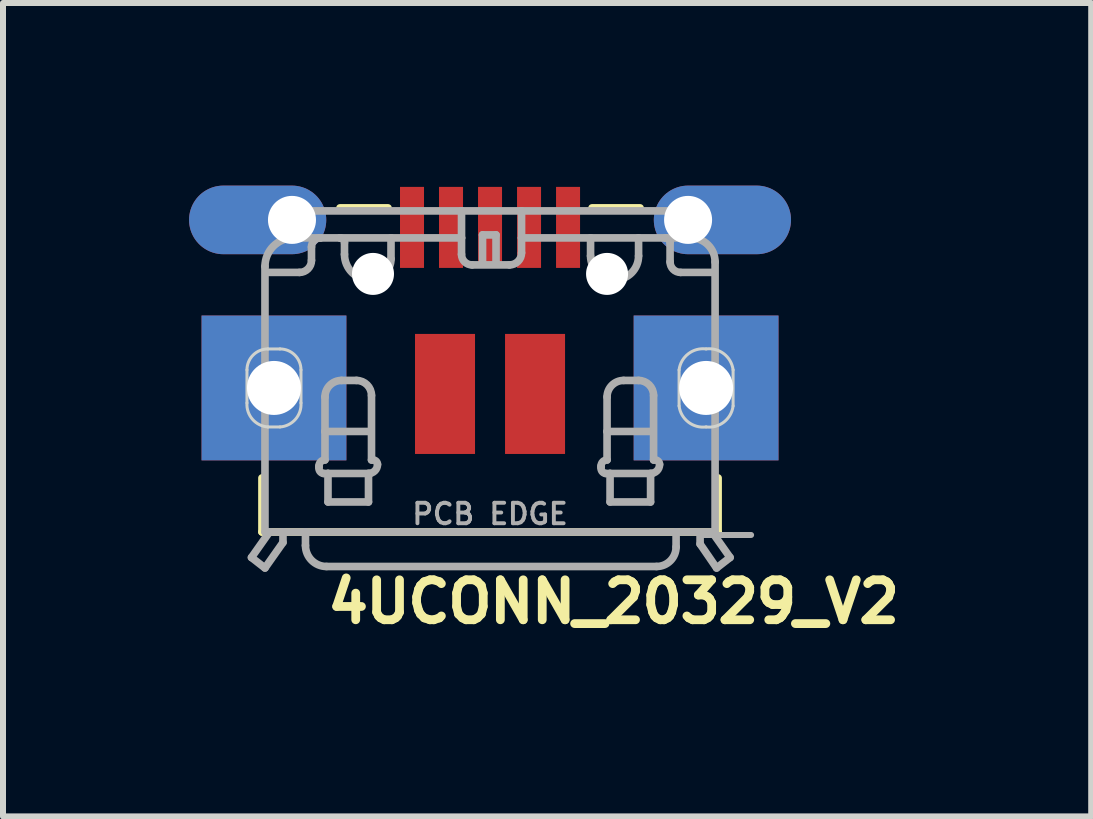
<source format=kicad_pcb>
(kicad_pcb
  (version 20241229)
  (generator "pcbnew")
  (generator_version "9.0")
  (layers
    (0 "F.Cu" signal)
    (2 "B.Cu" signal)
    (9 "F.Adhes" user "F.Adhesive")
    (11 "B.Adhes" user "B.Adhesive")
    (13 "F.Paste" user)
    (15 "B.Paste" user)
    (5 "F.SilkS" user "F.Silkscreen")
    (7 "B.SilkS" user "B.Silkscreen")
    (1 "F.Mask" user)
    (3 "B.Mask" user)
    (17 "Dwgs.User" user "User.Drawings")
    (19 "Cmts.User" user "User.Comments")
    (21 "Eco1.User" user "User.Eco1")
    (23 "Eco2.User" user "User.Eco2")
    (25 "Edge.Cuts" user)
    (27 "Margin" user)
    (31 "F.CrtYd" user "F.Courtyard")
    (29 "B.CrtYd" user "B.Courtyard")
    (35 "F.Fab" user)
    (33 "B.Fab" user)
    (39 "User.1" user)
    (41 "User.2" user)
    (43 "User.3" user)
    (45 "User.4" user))
  (footprint "4UCONN_20329_V2"
    (layer "F.Cu")
    (at 5.115 1.514)
    (property "Reference" "4UCONN_20329_V2" (at -2.778 5.852 0) (layer "F.SilkS") (effects (font (size 0.666 0.666) (thickness 0.146)) (justify left bottom)))
    (attr through_hole)
    (fp_poly (pts (xy -1.55 -0.05) (xy -1.05 -0.05) (xy -1.05 -1.5) (xy -1.55 -1.5)) (stroke (width 0) (type default)) (fill yes) (layer "F.Mask"))
    (fp_poly (pts (xy -0.9 -0.05) (xy -0.4 -0.05) (xy -0.4 -1.5) (xy -0.9 -1.5)) (stroke (width 0) (type default)) (fill yes) (layer "F.Mask"))
    (fp_poly (pts (xy -0.25 -0.05) (xy 0.25 -0.05) (xy 0.25 -1.5) (xy -0.25 -1.5)) (stroke (width 0) (type default)) (fill yes) (layer "F.Mask"))
    (fp_poly (pts (xy 0.4 -0.05) (xy 0.9 -0.05) (xy 0.9 -1.5) (xy 0.4 -1.5)) (stroke (width 0) (type default)) (fill yes) (layer "F.Mask"))
    (fp_poly (pts (xy 1.05 -0.05) (xy 1.55 -0.05) (xy 1.55 -1.5) (xy 1.05 -1.5)) (stroke (width 0) (type default)) (fill yes) (layer "F.Mask"))
    (fp_line (start -3.8 3.4) (end -3.8 4.3) (stroke (width 0.127) (type solid)) (layer "F.SilkS"))
    (fp_line (start -3.8 4.3) (end 3.8 4.3) (stroke (width 0.127) (type solid)) (layer "F.SilkS"))
    (fp_line (start -2.5 -1.1) (end -1.7 -1.1) (stroke (width 0.127) (type solid)) (layer "F.SilkS"))
    (fp_line (start 1.7 -1.1) (end 2.5 -1.1) (stroke (width 0.127) (type solid)) (layer "F.SilkS"))
    (fp_line (start 3.8 4.3) (end 3.8 3.4) (stroke (width 0.127) (type solid)) (layer "F.SilkS"))
    (fp_poly (pts (xy -4.85 3.15) (xy -2.35 3.15) (xy -2.35 0.65) (xy -4.85 0.65)) (stroke (width 0) (type default)) (fill yes) (layer "F.Paste"))
    (fp_poly (pts (xy -1.45 -0.15) (xy -1.15 -0.15) (xy -1.15 -1.4) (xy -1.45 -1.4)) (stroke (width 0) (type default)) (fill yes) (layer "F.Paste"))
    (fp_poly (pts (xy -0.8 -0.15) (xy -0.5 -0.15) (xy -0.5 -1.4) (xy -0.8 -1.4)) (stroke (width 0) (type default)) (fill yes) (layer "F.Paste"))
    (fp_poly (pts (xy -0.15 -0.15) (xy 0.15 -0.15) (xy 0.15 -1.4) (xy -0.15 -1.4)) (stroke (width 0) (type default)) (fill yes) (layer "F.Paste"))
    (fp_poly (pts (xy 0.5 -0.15) (xy 0.8 -0.15) (xy 0.8 -1.4) (xy 0.5 -1.4)) (stroke (width 0) (type default)) (fill yes) (layer "F.Paste"))
    (fp_poly (pts (xy 1.15 -0.15) (xy 1.45 -0.15) (xy 1.45 -1.4) (xy 1.15 -1.4)) (stroke (width 0) (type default)) (fill yes) (layer "F.Paste"))
    (fp_poly (pts (xy 2.35 3.15) (xy 4.85 3.15) (xy 4.85 0.65) (xy 2.35 0.65)) (stroke (width 0) (type default)) (fill yes) (layer "F.Paste"))
    (fp_poly (pts (xy -3.186 -1.499) (xy -3.03 -1.442) (xy -2.893 -1.346) (xy -2.786 -1.219) (xy -2.715 -1.067) (xy -2.686 -0.9) (xy -2.715 -0.733) (xy -2.786 -0.581) (xy -2.893 -0.454) (xy -3.03 -0.358) (xy -3.186 -0.301) (xy -3.347 -0.286) (xy -4.457 -0.286) (xy -4.767 -0.355) (xy -4.907 -0.454) (xy -5.014 -0.581) (xy -5.085 -0.733) (xy -5.115 -0.904) (xy -5.017 -1.215) (xy -4.907 -1.346) (xy -4.77 -1.442) (xy -4.614 -1.499) (xy -4.453 -1.514) (xy -3.347 -1.514)) (stroke (width 0) (type default)) (fill yes) (layer "F.Paste"))
    (fp_poly (pts (xy 4.614 -1.499) (xy 4.77 -1.442) (xy 4.907 -1.346) (xy 5.014 -1.219) (xy 5.085 -1.067) (xy 5.114 -0.9) (xy 5.085 -0.733) (xy 5.014 -0.581) (xy 4.907 -0.454) (xy 4.77 -0.358) (xy 4.614 -0.301) (xy 4.453 -0.286) (xy 3.343 -0.286) (xy 3.033 -0.355) (xy 2.893 -0.454) (xy 2.786 -0.581) (xy 2.715 -0.733) (xy 2.685 -0.904) (xy 2.783 -1.215) (xy 2.893 -1.346) (xy 3.03 -1.442) (xy 3.186 -1.499) (xy 3.347 -1.514) (xy 4.453 -1.514)) (stroke (width 0) (type default)) (fill yes) (layer "F.Paste"))
    (fp_line (start -4.05 2.15) (end -4.05 1.6) (stroke (width 0.05) (type solid)) (layer "Edge.Cuts"))
    (fp_line (start -3.7 1.25) (end -3.5 1.25) (stroke (width 0.05) (type solid)) (layer "Edge.Cuts"))
    (fp_line (start -3.5 2.55) (end -3.7 2.55) (stroke (width 0.05) (type solid)) (layer "Edge.Cuts"))
    (fp_line (start -3.15 1.6) (end -3.15 2.15) (stroke (width 0.05) (type solid)) (layer "Edge.Cuts"))
    (fp_line (start 3.15 2.2) (end 3.15 1.6) (stroke (width 0.05) (type solid)) (layer "Edge.Cuts"))
    (fp_line (start 4.05 1.6) (end 4.05 2.2) (stroke (width 0.05) (type solid)) (layer "Edge.Cuts"))
    (fp_arc (start -4.05 1.6) (mid -3.947487 1.352513) (end -3.7 1.25) (stroke (width 0.05) (type solid)) (layer "Edge.Cuts"))
    (fp_arc (start -3.7 2.55) (mid -3.957843 2.422487) (end -4.05 2.15) (stroke (width 0.05) (type solid)) (layer "Edge.Cuts"))
    (fp_arc (start -3.5 1.25) (mid -3.252513 1.352513) (end -3.15 1.6) (stroke (width 0.05) (type solid)) (layer "Edge.Cuts"))
    (fp_arc (start -3.15 2.15) (mid -3.242157 2.422487) (end -3.5 2.55) (stroke (width 0.05) (type solid)) (layer "Edge.Cuts"))
    (fp_arc (start 3.15 1.6) (mid 3.302513 1.331802) (end 3.6 1.25) (stroke (width 0.05) (type solid)) (layer "Edge.Cuts"))
    (fp_arc (start 3.6 1.25) (mid 3.897487 1.331802) (end 4.05 1.6) (stroke (width 0.05) (type solid)) (layer "Edge.Cuts"))
    (fp_arc (start 3.6 2.55) (mid 3.302513 2.468198) (end 3.15 2.2) (stroke (width 0.05) (type solid)) (layer "Edge.Cuts"))
    (fp_arc (start 4.05 2.2) (mid 3.897487 2.468198) (end 3.6 2.55) (stroke (width 0.05) (type solid)) (layer "Edge.Cuts"))
    (fp_line (start -3.975 4.725) (end -3.75 4.9) (stroke (width 0.127) (type solid)) (layer "F.Fab"))
    (fp_line (start -3.975 4.725) (end -3.675 4.3) (stroke (width 0.127) (type solid)) (layer "F.Fab"))
    (fp_line (start -3.75 -0.125) (end -3.75 4.3) (stroke (width 0.127) (type solid)) (layer "F.Fab"))
    (fp_line (start -3.75 4.3) (end -3.675 4.3) (stroke (width 0.127) (type solid)) (layer "F.Fab"))
    (fp_line (start -3.75 4.9) (end -3.45 4.475) (stroke (width 0.127) (type solid)) (layer "F.Fab"))
    (fp_line (start -3.725 -0.025) (end -3.175 -0.025) (stroke (width 0.127) (type solid)) (layer "F.Fab"))
    (fp_line (start -3.675 4.3) (end -3.45 4.3) (stroke (width 0.127) (type solid)) (layer "F.Fab"))
    (fp_line (start -3.575 -1.05) (end -0.475 -1.05) (stroke (width 0.127) (type solid)) (layer "F.Fab"))
    (fp_line (start -3.575 -0.75) (end -3.575 -1.05) (stroke (width 0.127) (type solid)) (layer "F.Fab"))
    (fp_line (start -3.45 4.3) (end -3.075 4.3) (stroke (width 0.127) (type solid)) (layer "F.Fab"))
    (fp_line (start -3.45 4.475) (end -3.45 4.3) (stroke (width 0.127) (type solid)) (layer "F.Fab"))
    (fp_line (start -3.425 -0.75) (end -3.575 -0.75) (stroke (width 0.127) (type solid)) (layer "F.Fab"))
    (fp_line (start -3.425 -0.625) (end -3.425 -0.75) (stroke (width 0.127) (type solid)) (layer "F.Fab"))
    (fp_line (start -3.075 4.3) (end -3.075 4.525) (stroke (width 0.127) (type solid)) (layer "F.Fab"))
    (fp_line (start -3.075 4.3) (end 3.1 4.3) (stroke (width 0.127) (type solid)) (layer "F.Fab"))
    (fp_line (start -2.975 -0.225) (end -2.975 -0.45) (stroke (width 0.127) (type solid)) (layer "F.Fab"))
    (fp_line (start -2.85 3.225) (end -2.85 3.2) (stroke (width 0.127) (type solid)) (layer "F.Fab"))
    (fp_line (start -2.825 -0.6) (end -3.275 -0.6) (stroke (width 0.127) (type solid)) (layer "F.Fab"))
    (fp_line (start -2.825 -0.6) (end -2.5 -0.6) (stroke (width 0.127) (type solid)) (layer "F.Fab"))
    (fp_line (start -2.75 2.625) (end -2.75 2.05) (stroke (width 0.127) (type solid)) (layer "F.Fab"))
    (fp_line (start -2.75 2.625) (end -2 2.625) (stroke (width 0.127) (type solid)) (layer "F.Fab"))
    (fp_line (start -2.75 3.1) (end -2.75 2.625) (stroke (width 0.127) (type solid)) (layer "F.Fab"))
    (fp_line (start -2.725 4.875) (end 2.775 4.875) (stroke (width 0.127) (type solid)) (layer "F.Fab"))
    (fp_line (start -2.7 3.325) (end -2.775 3.325) (stroke (width 0.127) (type solid)) (layer "F.Fab"))
    (fp_line (start -2.7 3.325) (end -2 3.325) (stroke (width 0.127) (type solid)) (layer "F.Fab"))
    (fp_line (start -2.7 3.8) (end -2.7 3.325) (stroke (width 0.127) (type solid)) (layer "F.Fab"))
    (fp_line (start -2.475 1.775) (end -2.225 1.775) (stroke (width 0.127) (type solid)) (layer "F.Fab"))
    (fp_line (start -2.425 -0.525) (end -2.425 -0.325) (stroke (width 0.127) (type solid)) (layer "F.Fab"))
    (fp_line (start -2.025 3.325) (end -2.025 3.8) (stroke (width 0.127) (type solid)) (layer "F.Fab"))
    (fp_line (start -2.025 3.8) (end -2.7 3.8) (stroke (width 0.127) (type solid)) (layer "F.Fab"))
    (fp_line (start -1.975 2.025) (end -1.975 3.1) (stroke (width 0.127) (type solid)) (layer "F.Fab"))
    (fp_line (start -1.975 3.1) (end -1.95 3.1) (stroke (width 0.127) (type solid)) (layer "F.Fab"))
    (fp_line (start -1.65 -0.6) (end -2.5 -0.6) (stroke (width 0.127) (type solid)) (layer "F.Fab"))
    (fp_line (start -1.65 -0.25) (end -1.65 -0.6) (stroke (width 0.127) (type solid)) (layer "F.Fab"))
    (fp_line (start -0.475 -1.05) (end 0.525 -1.05) (stroke (width 0.127) (type solid)) (layer "F.Fab"))
    (fp_line (start -0.475 -0.6) (end -1.65 -0.6) (stroke (width 0.127) (type solid)) (layer "F.Fab"))
    (fp_line (start -0.475 -0.6) (end -0.475 -1.05) (stroke (width 0.127) (type solid)) (layer "F.Fab"))
    (fp_line (start -0.475 -0.325) (end -0.475 -0.6) (stroke (width 0.127) (type solid)) (layer "F.Fab"))
    (fp_line (start -0.125 -0.65) (end 0.1 -0.65) (stroke (width 0.127) (type solid)) (layer "F.Fab"))
    (fp_line (start -0.125 -0.175) (end -0.125 -0.65) (stroke (width 0.127) (type solid)) (layer "F.Fab"))
    (fp_line (start 0.1 -0.65) (end 0.1 -0.175) (stroke (width 0.127) (type solid)) (layer "F.Fab"))
    (fp_line (start 0.325 -0.15) (end -0.3 -0.15) (stroke (width 0.127) (type solid)) (layer "F.Fab"))
    (fp_line (start 0.525 -1.05) (end 0.525 -0.6) (stroke (width 0.127) (type solid)) (layer "F.Fab"))
    (fp_line (start 0.525 -1.05) (end 3.6 -1.05) (stroke (width 0.127) (type solid)) (layer "F.Fab"))
    (fp_line (start 0.525 -0.6) (end 0.525 -0.35) (stroke (width 0.127) (type solid)) (layer "F.Fab"))
    (fp_line (start 1.675 -0.6) (end 0.525 -0.6) (stroke (width 0.127) (type solid)) (layer "F.Fab"))
    (fp_line (start 1.675 -0.6) (end 1.675 -0.3) (stroke (width 0.127) (type solid)) (layer "F.Fab"))
    (fp_line (start 1.85 3.225) (end 1.85 3.2) (stroke (width 0.127) (type solid)) (layer "F.Fab"))
    (fp_line (start 1.95 2.625) (end 1.95 2.05) (stroke (width 0.127) (type solid)) (layer "F.Fab"))
    (fp_line (start 1.95 2.625) (end 2.7 2.625) (stroke (width 0.127) (type solid)) (layer "F.Fab"))
    (fp_line (start 1.95 3.1) (end 1.95 2.625) (stroke (width 0.127) (type solid)) (layer "F.Fab"))
    (fp_line (start 2 3.325) (end 1.925 3.325) (stroke (width 0.127) (type solid)) (layer "F.Fab"))
    (fp_line (start 2 3.325) (end 2.7 3.325) (stroke (width 0.127) (type solid)) (layer "F.Fab"))
    (fp_line (start 2 3.8) (end 2 3.325) (stroke (width 0.127) (type solid)) (layer "F.Fab"))
    (fp_line (start 2.225 1.775) (end 2.475 1.775) (stroke (width 0.127) (type solid)) (layer "F.Fab"))
    (fp_line (start 2.475 -0.6) (end 1.675 -0.6) (stroke (width 0.127) (type solid)) (layer "F.Fab"))
    (fp_line (start 2.475 -0.6) (end 2.925 -0.6) (stroke (width 0.127) (type solid)) (layer "F.Fab"))
    (fp_line (start 2.475 -0.3) (end 2.475 -0.6) (stroke (width 0.127) (type solid)) (layer "F.Fab"))
    (fp_line (start 2.675 3.325) (end 2.675 3.8) (stroke (width 0.127) (type solid)) (layer "F.Fab"))
    (fp_line (start 2.675 3.8) (end 2 3.8) (stroke (width 0.127) (type solid)) (layer "F.Fab"))
    (fp_line (start 2.725 2.025) (end 2.725 3.1) (stroke (width 0.127) (type solid)) (layer "F.Fab"))
    (fp_line (start 2.725 3.1) (end 2.75 3.1) (stroke (width 0.127) (type solid)) (layer "F.Fab"))
    (fp_line (start 3 -0.525) (end 3 -0.2) (stroke (width 0.127) (type solid)) (layer "F.Fab"))
    (fp_line (start 3.1 4.3) (end 3.7 4.3) (stroke (width 0.127) (type solid)) (layer "F.Fab"))
    (fp_line (start 3.1 4.55) (end 3.1 4.3) (stroke (width 0.127) (type solid)) (layer "F.Fab"))
    (fp_line (start 3.175 -0.025) (end 3.725 -0.025) (stroke (width 0.127) (type solid)) (layer "F.Fab"))
    (fp_line (start 3.35 -0.775) (end 3.35 -0.6) (stroke (width 0.127) (type solid)) (layer "F.Fab"))
    (fp_line (start 3.35 -0.6) (end 2.925 -0.6) (stroke (width 0.127) (type solid)) (layer "F.Fab"))
    (fp_line (start 3.5 4.35) (end 4.35 4.35) (stroke (width 0.1) (type solid)) (layer "F.Fab"))
    (fp_line (start 3.5 4.5) (end 3.5 4.35) (stroke (width 0.127) (type solid)) (layer "F.Fab"))
    (fp_line (start 3.6 -1.05) (end 3.6 -0.775) (stroke (width 0.127) (type solid)) (layer "F.Fab"))
    (fp_line (start 3.6 -0.775) (end 3.35 -0.775) (stroke (width 0.127) (type solid)) (layer "F.Fab"))
    (fp_line (start 3.7 4.3) (end 3.75 4.3) (stroke (width 0.127) (type solid)) (layer "F.Fab"))
    (fp_line (start 3.7 4.3) (end 4 4.725) (stroke (width 0.127) (type solid)) (layer "F.Fab"))
    (fp_line (start 3.75 4.3) (end 3.75 -0.2) (stroke (width 0.127) (type solid)) (layer "F.Fab"))
    (fp_line (start 3.775 4.9) (end 3.5 4.5) (stroke (width 0.127) (type solid)) (layer "F.Fab"))
    (fp_line (start 4 4.725) (end 3.775 4.9) (stroke (width 0.127) (type solid)) (layer "F.Fab"))
    (fp_arc (start -3.750001 -0.124999) (mid -3.610876 -0.460875) (end -3.275 -0.6) (stroke (width 0.127) (type solid)) (layer "F.Fab"))
    (fp_arc (start -2.975 -0.45) (mid -2.931066 -0.556066) (end -2.825 -0.6) (stroke (width 0.127) (type solid)) (layer "F.Fab"))
    (fp_arc (start -2.975 -0.225) (mid -3.033579 -0.083579) (end -3.175 -0.025) (stroke (width 0.127) (type solid)) (layer "F.Fab"))
    (fp_arc (start -2.85 3.2) (mid -2.820711 3.129289) (end -2.75 3.1) (stroke (width 0.127) (type solid)) (layer "F.Fab"))
    (fp_arc (start -2.775 3.325) (mid -2.833211 3.290533) (end -2.85 3.225) (stroke (width 0.127) (type solid)) (layer "F.Fab"))
    (fp_arc (start -2.75 2.05) (mid -2.669454 1.855546) (end -2.475 1.775) (stroke (width 0.127) (type solid)) (layer "F.Fab"))
    (fp_arc (start -2.725 4.875) (mid -2.972487 4.772487) (end -3.075 4.525) (stroke (width 0.127) (type solid)) (layer "F.Fab"))
    (fp_arc (start -2.5 -0.6) (mid -2.446967 -0.578033) (end -2.425 -0.525) (stroke (width 0.127) (type solid)) (layer "F.Fab"))
    (fp_arc (start -2.225 1.775) (mid -2.048223 1.848223) (end -1.975 2.025) (stroke (width 0.127) (type solid)) (layer "F.Fab"))
    (fp_arc (start -2 0.1) (mid -2.30052 -0.02448) (end -2.425 -0.325) (stroke (width 0.127) (type solid)) (layer "F.Fab"))
    (fp_arc (start -1.95 3.1) (mid -1.896967 3.121967) (end -1.875 3.175) (stroke (width 0.127) (type solid)) (layer "F.Fab"))
    (fp_arc (start -1.875 3.175) (mid -1.918934 3.281066) (end -2.025 3.325) (stroke (width 0.127) (type solid)) (layer "F.Fab"))
    (fp_arc (start -1.65 -0.25) (mid -1.752513 -0.002513) (end -2 0.1) (stroke (width 0.127) (type solid)) (layer "F.Fab"))
    (fp_arc (start -0.3 -0.15) (mid -0.423744 -0.201256) (end -0.475 -0.325) (stroke (width 0.127) (type solid)) (layer "F.Fab"))
    (fp_arc (start 0.525 -0.35) (mid 0.466421 -0.208579) (end 0.325 -0.15) (stroke (width 0.127) (type solid)) (layer "F.Fab"))
    (fp_arc (start 1.85 3.2) (mid 1.879289 3.129289) (end 1.95 3.1) (stroke (width 0.127) (type solid)) (layer "F.Fab"))
    (fp_arc (start 1.925 3.325) (mid 1.866789 3.290533) (end 1.85 3.225) (stroke (width 0.127) (type solid)) (layer "F.Fab"))
    (fp_arc (start 1.95 2.05) (mid 2.030546 1.855546) (end 2.225 1.775) (stroke (width 0.127) (type solid)) (layer "F.Fab"))
    (fp_arc (start 2.075 0.1) (mid 1.792157 -0.017157) (end 1.675 -0.3) (stroke (width 0.127) (type solid)) (layer "F.Fab"))
    (fp_arc (start 2.475 -0.3) (mid 2.357843 -0.017157) (end 2.075 0.1) (stroke (width 0.127) (type solid)) (layer "F.Fab"))
    (fp_arc (start 2.475 1.775) (mid 2.651777 1.848223) (end 2.725 2.025) (stroke (width 0.127) (type solid)) (layer "F.Fab"))
    (fp_arc (start 2.75 3.1) (mid 2.803033 3.121967) (end 2.825 3.175) (stroke (width 0.127) (type solid)) (layer "F.Fab"))
    (fp_arc (start 2.825 3.175) (mid 2.781066 3.281066) (end 2.675 3.325) (stroke (width 0.127) (type solid)) (layer "F.Fab"))
    (fp_arc (start 2.925 -0.6) (mid 2.978033 -0.578033) (end 3 -0.525) (stroke (width 0.127) (type solid)) (layer "F.Fab"))
    (fp_arc (start 3.1 4.55) (mid 3.00481 4.77981) (end 2.775 4.875) (stroke (width 0.127) (type solid)) (layer "F.Fab"))
    (fp_arc (start 3.175 -0.025) (mid 3.051256 -0.076256) (end 3 -0.2) (stroke (width 0.127) (type solid)) (layer "F.Fab"))
    (fp_arc (start 3.349999 -0.599999) (mid 3.632842 -0.482842) (end 3.75 -0.2) (stroke (width 0.127) (type solid)) (layer "F.Fab"))
    (fp_text user "PCB EDGE" (at 0 4 0) (layer "F.Fab") (effects (font (size 0.341 0.341) (thickness 0.065))))
    (pad "" np_thru_hole circle (at -1.95 0) (size 0.7 0.7) (drill 0.7) (layers "*.Cu" "*.Mask"))
    (pad "" np_thru_hole circle (at 1.95 0) (size 0.7 0.7) (drill 0.7) (layers "*.Cu" "*.Mask"))
    (pad "BASE@1" smd rect (at -0.75 2 90) (size 2 1) (layers "F.Cu" "F.Mask" "F.Paste"))
    (pad "BASE@2" smd rect (at 0.75 2 90) (size 2 1) (layers "F.Cu" "F.Mask" "F.Paste"))
    (pad "D+" smd rect (at 0 -0.775) (size 0.4 1.35) (layers "F.Cu"))
    (pad "D-" smd rect (at -0.65 -0.775) (size 0.4 1.35) (layers "F.Cu"))
    (pad "GND" smd rect (at 1.3 -0.775) (size 0.4 1.35) (layers "F.Cu"))
    (pad "ID" smd rect (at 0.65 -0.775) (size 0.4 1.35) (layers "F.Cu"))
    (pad "SPRT@1" thru_hole oval (at -3.3 -0.9 180) (size 2.286 1.143) (drill 0.8 (offset 0.572 0)) (layers "*.Cu" "*.Mask"))
    (pad "SPRT@2" thru_hole oval (at 3.3 -0.9) (size 2.286 1.143) (drill 0.8 (offset 0.572 0)) (layers "*.Cu" "*.Mask"))
    (pad "SPRT@3" thru_hole rect (at -3.6 1.9 90) (size 2.413 2.413) (drill 0.9) (layers "*.Cu" "*.Mask"))
    (pad "SPRT@4" thru_hole rect (at 3.6 1.9 90) (size 2.413 2.413) (drill 0.9) (layers "*.Cu" "*.Mask"))
    (pad "VBUS" smd rect (at -1.3 -0.775) (size 0.4 1.35) (layers "F.Cu")))
  (gr_rect
    (start -3 -3)
    (end 15.132 10.553)
    (stroke (width 0.1) (type default))
    (fill no)
    (layer "Edge.Cuts")))
</source>
